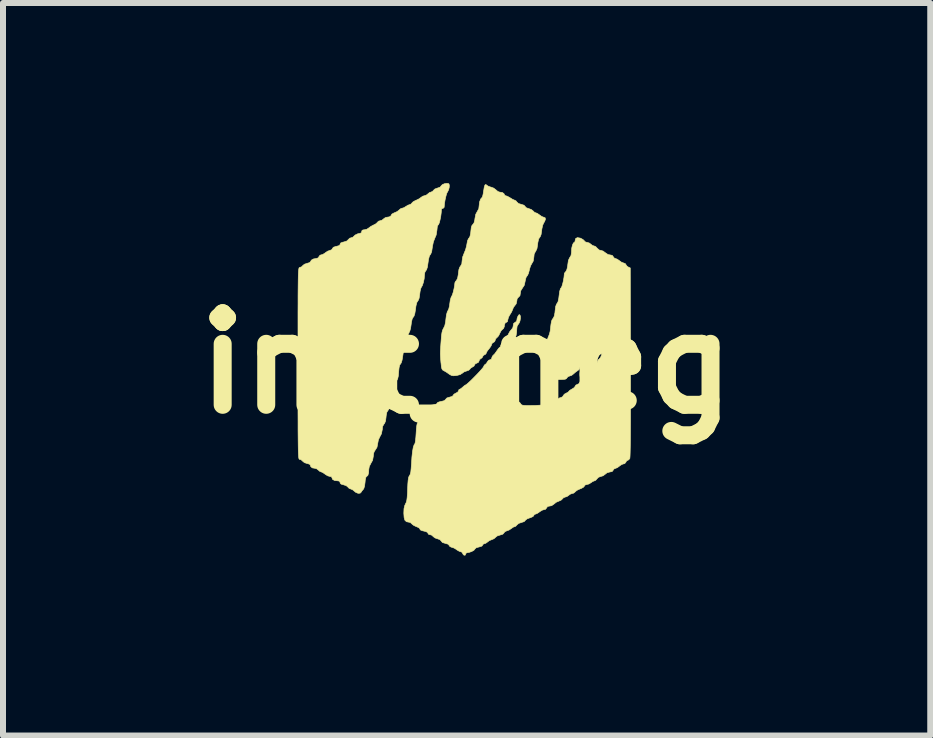
<source format=kicad_pcb>
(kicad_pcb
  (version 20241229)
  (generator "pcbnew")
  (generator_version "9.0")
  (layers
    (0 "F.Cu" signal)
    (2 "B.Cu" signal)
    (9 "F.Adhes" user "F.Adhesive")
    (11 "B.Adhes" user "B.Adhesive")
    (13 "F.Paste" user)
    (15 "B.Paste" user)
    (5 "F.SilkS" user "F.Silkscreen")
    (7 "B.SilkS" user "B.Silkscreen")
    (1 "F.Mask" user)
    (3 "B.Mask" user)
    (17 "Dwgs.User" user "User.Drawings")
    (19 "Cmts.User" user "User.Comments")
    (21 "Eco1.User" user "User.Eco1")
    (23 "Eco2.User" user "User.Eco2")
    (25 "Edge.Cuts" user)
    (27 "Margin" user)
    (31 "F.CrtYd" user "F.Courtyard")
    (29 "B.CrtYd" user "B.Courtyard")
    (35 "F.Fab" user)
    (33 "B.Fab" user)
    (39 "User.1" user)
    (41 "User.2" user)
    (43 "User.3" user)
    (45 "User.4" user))
  (footprint "imt_neg"
    (layer "F.Cu")
    (at 4.724 3.005)
    (property "Reference" "imt_neg" (at 0 0 0) (layer "F.SilkS") (effects (font (size 1.524 1.524) (thickness 0.3))))
    (attr through_hole)
    (fp_poly (pts (xy 0.335 -2.97) (xy 0.36 -2.953) (xy 0.399 -2.939) (xy 0.405 -2.938) (xy 0.451 -2.921) (xy 0.489 -2.892) (xy 0.49 -2.891) (xy 0.521 -2.865) (xy 0.551 -2.854) (xy 0.552 -2.854) (xy 0.597 -2.847) (xy 0.623 -2.828) (xy 0.628 -2.815) (xy 0.64 -2.797) (xy 0.651 -2.794) (xy 0.677 -2.786) (xy 0.714 -2.766) (xy 0.729 -2.757) (xy 0.766 -2.734) (xy 0.796 -2.721) (xy 0.802 -2.719) (xy 0.823 -2.708) (xy 0.837 -2.69) (xy 0.865 -2.664) (xy 0.911 -2.65) (xy 0.956 -2.636) (xy 0.975 -2.615) (xy 0.995 -2.593) (xy 1.037 -2.579) (xy 1.078 -2.564) (xy 1.107 -2.542) (xy 1.11 -2.539) (xy 1.133 -2.516) (xy 1.15 -2.51) (xy 1.176 -2.501) (xy 1.21 -2.478) (xy 1.216 -2.473) (xy 1.252 -2.448) (xy 1.283 -2.436) (xy 1.287 -2.435) (xy 1.31 -2.425) (xy 1.313 -2.398) (xy 1.298 -2.36) (xy 1.287 -2.344) (xy 1.268 -2.303) (xy 1.254 -2.24) (xy 1.251 -2.214) (xy 1.241 -2.147) (xy 1.225 -2.108) (xy 1.218 -2.101) (xy 1.2 -2.072) (xy 1.187 -2.013) (xy 1.184 -1.988) (xy 1.173 -1.915) (xy 1.153 -1.871) (xy 1.148 -1.865) (xy 1.126 -1.822) (xy 1.121 -1.773) (xy 1.11 -1.704) (xy 1.088 -1.666) (xy 1.066 -1.626) (xy 1.049 -1.573) (xy 1.044 -1.55) (xy 1.032 -1.504) (xy 1.016 -1.468) (xy 1.008 -1.458) (xy 0.99 -1.431) (xy 0.978 -1.383) (xy 0.975 -1.366) (xy 0.961 -1.302) (xy 0.932 -1.258) (xy 0.932 -1.258) (xy 0.902 -1.21) (xy 0.896 -1.173) (xy 0.889 -1.128) (xy 0.867 -1.106) (xy 0.842 -1.078) (xy 0.837 -1.041) (xy 0.826 -0.993) (xy 0.807 -0.968) (xy 0.781 -0.934) (xy 0.768 -0.901) (xy 0.751 -0.86) (xy 0.725 -0.817) (xy 0.722 -0.813) (xy 0.699 -0.772) (xy 0.688 -0.732) (xy 0.687 -0.727) (xy 0.68 -0.696) (xy 0.666 -0.687) (xy 0.643 -0.674) (xy 0.63 -0.638) (xy 0.628 -0.612) (xy 0.616 -0.583) (xy 0.599 -0.568) (xy 0.575 -0.544) (xy 0.555 -0.506) (xy 0.553 -0.501) (xy 0.534 -0.461) (xy 0.51 -0.434) (xy 0.507 -0.433) (xy 0.483 -0.408) (xy 0.478 -0.389) (xy 0.466 -0.362) (xy 0.448 -0.351) (xy 0.424 -0.334) (xy 0.418 -0.318) (xy 0.409 -0.294) (xy 0.386 -0.259) (xy 0.374 -0.244) (xy 0.346 -0.209) (xy 0.33 -0.181) (xy 0.329 -0.173) (xy 0.316 -0.153) (xy 0.299 -0.145) (xy 0.275 -0.129) (xy 0.269 -0.114) (xy 0.256 -0.092) (xy 0.239 -0.082) (xy 0.215 -0.062) (xy 0.209 -0.044) (xy 0.196 -0.017) (xy 0.172 -0.006) (xy 0.144 0.008) (xy 0.134 0.024) (xy 0.122 0.045) (xy 0.099 0.059) (xy 0.069 0.078) (xy 0.055 0.095) (xy 0.036 0.113) (xy 0.001 0.126) (xy -0.003 0.127) (xy -0.044 0.142) (xy -0.074 0.165) (xy -0.075 0.165) (xy -0.107 0.186) (xy -0.16 0.2) (xy -0.172 0.202) (xy -0.221 0.206) (xy -0.255 0.199) (xy -0.29 0.179) (xy -0.299 0.172) (xy -0.339 0.144) (xy -0.376 0.123) (xy -0.383 0.119) (xy -0.4 0.109) (xy -0.412 0.089) (xy -0.42 0.053) (xy -0.426 -0.006) (xy -0.427 -0.01) (xy -0.432 -0.069) (xy -0.435 -0.115) (xy -0.437 -0.157) (xy -0.436 -0.202) (xy -0.433 -0.258) (xy -0.428 -0.334) (xy -0.425 -0.374) (xy -0.419 -0.455) (xy -0.411 -0.512) (xy -0.401 -0.552) (xy -0.388 -0.58) (xy -0.384 -0.586) (xy -0.363 -0.63) (xy -0.349 -0.697) (xy -0.345 -0.738) (xy -0.336 -0.808) (xy -0.322 -0.858) (xy -0.312 -0.877) (xy -0.297 -0.908) (xy -0.285 -0.959) (xy -0.28 -0.998) (xy -0.272 -1.054) (xy -0.259 -1.099) (xy -0.249 -1.118) (xy -0.237 -1.143) (xy -0.223 -1.187) (xy -0.21 -1.242) (xy -0.2 -1.296) (xy -0.195 -1.342) (xy -0.194 -1.347) (xy -0.185 -1.365) (xy -0.169 -1.383) (xy -0.15 -1.419) (xy -0.139 -1.48) (xy -0.137 -1.5) (xy -0.128 -1.565) (xy -0.112 -1.607) (xy -0.103 -1.618) (xy -0.08 -1.658) (xy -0.075 -1.709) (xy -0.065 -1.775) (xy -0.04 -1.839) (xy -0.017 -1.895) (xy 0.000188 -1.959) (xy 0.005 -1.987) (xy 0.015 -2.042) (xy 0.031 -2.079) (xy 0.039 -2.087) (xy 0.056 -2.115) (xy 0.068 -2.17) (xy 0.071 -2.204) (xy 0.078 -2.264) (xy 0.09 -2.3) (xy 0.105 -2.316) (xy 0.123 -2.34) (xy 0.136 -2.389) (xy 0.139 -2.414) (xy 0.153 -2.486) (xy 0.178 -2.532) (xy 0.203 -2.577) (xy 0.209 -2.628) (xy 0.216 -2.69) (xy 0.235 -2.74) (xy 0.258 -2.766) (xy 0.267 -2.785) (xy 0.276 -2.824) (xy 0.282 -2.863) (xy 0.293 -2.931) (xy 0.305 -2.971) (xy 0.32 -2.982) (xy 0.335 -2.97)) (stroke (width 0.01) (type solid)) (fill yes) (layer "F.SilkS"))
    (fp_poly (pts (xy -0.298 -2.995) (xy -0.297 -2.995) (xy -0.288 -2.973) (xy -0.289 -2.936) (xy -0.299 -2.895) (xy -0.316 -2.86) (xy -0.32 -2.855) (xy -0.332 -2.83) (xy -0.345 -2.784) (xy -0.358 -2.727) (xy -0.368 -2.667) (xy -0.373 -2.615) (xy -0.373 -2.603) (xy -0.386 -2.587) (xy -0.396 -2.585) (xy -0.416 -2.575) (xy -0.419 -2.566) (xy -0.423 -2.509) (xy -0.431 -2.447) (xy -0.443 -2.389) (xy -0.455 -2.342) (xy -0.467 -2.315) (xy -0.471 -2.312) (xy -0.487 -2.287) (xy -0.493 -2.234) (xy -0.493 -2.228) (xy -0.507 -2.139) (xy -0.528 -2.09) (xy -0.553 -2.026) (xy -0.569 -1.949) (xy -0.572 -1.928) (xy -0.582 -1.861) (xy -0.598 -1.821) (xy -0.605 -1.814) (xy -0.621 -1.786) (xy -0.635 -1.73) (xy -0.642 -1.68) (xy -0.653 -1.605) (xy -0.668 -1.559) (xy -0.679 -1.546) (xy -0.696 -1.516) (xy -0.702 -1.47) (xy -0.707 -1.409) (xy -0.721 -1.346) (xy -0.739 -1.294) (xy -0.754 -1.27) (xy -0.765 -1.244) (xy -0.775 -1.199) (xy -0.781 -1.153) (xy -0.791 -1.086) (xy -0.807 -1.048) (xy -0.813 -1.041) (xy -0.83 -1.013) (xy -0.844 -0.956) (xy -0.85 -0.907) (xy -0.862 -0.833) (xy -0.876 -0.788) (xy -0.888 -0.772) (xy -0.906 -0.743) (xy -0.919 -0.686) (xy -0.924 -0.647) (xy -0.933 -0.587) (xy -0.946 -0.539) (xy -0.959 -0.512) (xy -0.973 -0.482) (xy -0.985 -0.431) (xy -0.991 -0.383) (xy -1.001 -0.313) (xy -1.016 -0.271) (xy -1.024 -0.263) (xy -1.041 -0.235) (xy -1.055 -0.179) (xy -1.063 -0.128) (xy -1.075 -0.054) (xy -1.09 -0.007) (xy -1.101 0.008) (xy -1.115 0.029) (xy -1.125 0.072) (xy -1.132 0.14) (xy -1.132 0.143) (xy -1.138 0.211) (xy -1.148 0.255) (xy -1.162 0.282) (xy -1.167 0.288) (xy -1.188 0.322) (xy -1.195 0.375) (xy -1.195 0.387) (xy -1.199 0.44) (xy -1.208 0.491) (xy -1.221 0.531) (xy -1.235 0.552) (xy -1.239 0.553) (xy -1.247 0.566) (xy -1.257 0.602) (xy -1.267 0.653) (xy -1.268 0.66) (xy -1.282 0.724) (xy -1.298 0.768) (xy -1.311 0.785) (xy -1.329 0.814) (xy -1.34 0.872) (xy -1.342 0.894) (xy -1.35 0.958) (xy -1.366 0.998) (xy -1.376 1.01) (xy -1.399 1.049) (xy -1.404 1.098) (xy -1.419 1.173) (xy -1.442 1.216) (xy -1.469 1.272) (xy -1.479 1.324) (xy -1.493 1.398) (xy -1.532 1.459) (xy -1.534 1.461) (xy -1.546 1.488) (xy -1.553 1.531) (xy -1.554 1.545) (xy -1.566 1.614) (xy -1.591 1.658) (xy -1.621 1.717) (xy -1.629 1.762) (xy -1.633 1.824) (xy -1.645 1.866) (xy -1.664 1.882) (xy -1.666 1.883) (xy -1.678 1.897) (xy -1.688 1.941) (xy -1.692 1.983) (xy -1.7 2.043) (xy -1.712 2.084) (xy -1.721 2.098) (xy -1.745 2.126) (xy -1.752 2.14) (xy -1.774 2.162) (xy -1.808 2.164) (xy -1.847 2.148) (xy -1.87 2.129) (xy -1.901 2.104) (xy -1.93 2.092) (xy -1.931 2.092) (xy -1.959 2.08) (xy -1.976 2.062) (xy -2.005 2.037) (xy -2.051 2.022) (xy -2.09 2.011) (xy -2.106 1.994) (xy -2.107 1.985) (xy -2.118 1.962) (xy -2.14 1.957) (xy -2.198 1.951) (xy -2.232 1.933) (xy -2.241 1.911) (xy -2.251 1.888) (xy -2.277 1.883) (xy -2.313 1.873) (xy -2.352 1.85) (xy -2.358 1.845) (xy -2.392 1.821) (xy -2.419 1.808) (xy -2.423 1.808) (xy -2.448 1.797) (xy -2.469 1.778) (xy -2.499 1.755) (xy -2.524 1.748) (xy -2.571 1.74) (xy -2.597 1.718) (xy -2.6 1.704) (xy -2.61 1.683) (xy -2.644 1.67) (xy -2.656 1.668) (xy -2.702 1.653) (xy -2.731 1.629) (xy -2.757 1.605) (xy -2.779 1.599) (xy -2.784 1.598) (xy -2.788 1.596) (xy -2.792 1.59) (xy -2.795 1.579) (xy -2.798 1.561) (xy -2.8 1.534) (xy -2.802 1.498) (xy -2.804 1.449) (xy -2.805 1.387) (xy -2.806 1.309) (xy -2.807 1.215) (xy -2.808 1.102) (xy -2.808 0.968) (xy -2.809 0.813) (xy -2.809 0.635) (xy -2.809 0.43) (xy -2.809 0.2) (xy -2.809 0) (xy -2.809 -0.253) (xy -2.809 -0.478) (xy -2.809 -0.676) (xy -2.809 -0.85) (xy -2.808 -1) (xy -2.808 -1.128) (xy -2.807 -1.237) (xy -2.806 -1.328) (xy -2.805 -1.402) (xy -2.804 -1.461) (xy -2.802 -1.507) (xy -2.8 -1.541) (xy -2.797 -1.566) (xy -2.794 -1.582) (xy -2.791 -1.592) (xy -2.787 -1.597) (xy -2.783 -1.599) (xy -2.779 -1.599) (xy -2.748 -1.61) (xy -2.731 -1.629) (xy -2.701 -1.653) (xy -2.656 -1.668) (xy -2.618 -1.679) (xy -2.6 -1.694) (xy -2.6 -1.697) (xy -2.586 -1.721) (xy -2.553 -1.74) (xy -2.509 -1.748) (xy -2.505 -1.748) (xy -2.472 -1.759) (xy -2.461 -1.778) (xy -2.442 -1.803) (xy -2.424 -1.808) (xy -2.394 -1.817) (xy -2.358 -1.84) (xy -2.352 -1.845) (xy -2.315 -1.87) (xy -2.281 -1.882) (xy -2.277 -1.883) (xy -2.246 -1.895) (xy -2.237 -1.912) (xy -2.22 -1.935) (xy -2.179 -1.949) (xy -2.168 -1.951) (xy -2.126 -1.962) (xy -2.108 -1.979) (xy -2.107 -1.987) (xy -2.097 -2.007) (xy -2.063 -2.02) (xy -2.047 -2.023) (xy -1.998 -2.038) (xy -1.972 -2.062) (xy -1.948 -2.086) (xy -1.928 -2.092) (xy -1.898 -2.101) (xy -1.887 -2.11) (xy -1.857 -2.139) (xy -1.813 -2.16) (xy -1.778 -2.166) (xy -1.753 -2.177) (xy -1.748 -2.196) (xy -1.741 -2.218) (xy -1.714 -2.226) (xy -1.704 -2.226) (xy -1.662 -2.236) (xy -1.633 -2.255) (xy -1.601 -2.279) (xy -1.558 -2.303) (xy -1.55 -2.306) (xy -1.512 -2.326) (xy -1.488 -2.348) (xy -1.485 -2.353) (xy -1.464 -2.371) (xy -1.444 -2.376) (xy -1.409 -2.387) (xy -1.386 -2.406) (xy -1.356 -2.428) (xy -1.331 -2.435) (xy -1.286 -2.442) (xy -1.259 -2.46) (xy -1.255 -2.473) (xy -1.242 -2.49) (xy -1.21 -2.507) (xy -1.199 -2.511) (xy -1.157 -2.53) (xy -1.127 -2.553) (xy -1.123 -2.557) (xy -1.097 -2.579) (xy -1.077 -2.585) (xy -1.046 -2.594) (xy -1.012 -2.615) (xy -0.978 -2.636) (xy -0.951 -2.645) (xy -0.951 -2.645) (xy -0.925 -2.656) (xy -0.913 -2.671) (xy -0.891 -2.693) (xy -0.853 -2.714) (xy -0.844 -2.717) (xy -0.8 -2.738) (xy -0.764 -2.762) (xy -0.76 -2.766) (xy -0.728 -2.787) (xy -0.702 -2.794) (xy -0.67 -2.805) (xy -0.646 -2.824) (xy -0.618 -2.847) (xy -0.595 -2.854) (xy -0.567 -2.866) (xy -0.553 -2.883) (xy -0.528 -2.906) (xy -0.486 -2.922) (xy -0.483 -2.922) (xy -0.441 -2.937) (xy -0.423 -2.959) (xy -0.404 -2.979) (xy -0.369 -2.994) (xy -0.329 -3) (xy -0.298 -2.995)) (stroke (width 0.01) (type solid)) (fill yes) (layer "F.SilkS"))
    (fp_poly (pts (xy 1.893 -2.088) (xy 1.901 -2.085) (xy 1.938 -2.065) (xy 1.961 -2.044) (xy 1.962 -2.04) (xy 1.983 -2.022) (xy 2.007 -2.017) (xy 2.044 -2.006) (xy 2.069 -1.987) (xy 2.099 -1.964) (xy 2.124 -1.957) (xy 2.151 -1.946) (xy 2.175 -1.92) (xy 2.21 -1.889) (xy 2.237 -1.883) (xy 2.274 -1.872) (xy 2.31 -1.845) (xy 2.356 -1.814) (xy 2.389 -1.808) (xy 2.427 -1.8) (xy 2.443 -1.778) (xy 2.462 -1.754) (xy 2.479 -1.748) (xy 2.507 -1.738) (xy 2.542 -1.715) (xy 2.546 -1.711) (xy 2.581 -1.686) (xy 2.614 -1.674) (xy 2.617 -1.673) (xy 2.645 -1.662) (xy 2.654 -1.647) (xy 2.673 -1.62) (xy 2.694 -1.606) (xy 2.727 -1.591) (xy 2.731 -0.018) (xy 2.731 0.271) (xy 2.731 0.531) (xy 2.731 0.761) (xy 2.731 0.963) (xy 2.73 1.135) (xy 2.729 1.279) (xy 2.727 1.395) (xy 2.725 1.484) (xy 2.723 1.544) (xy 2.72 1.578) (xy 2.719 1.585) (xy 2.698 1.608) (xy 2.683 1.614) (xy 2.664 1.626) (xy 2.655 1.644) (xy 2.635 1.669) (xy 2.617 1.673) (xy 2.586 1.683) (xy 2.55 1.707) (xy 2.546 1.711) (xy 2.512 1.736) (xy 2.482 1.748) (xy 2.479 1.748) (xy 2.453 1.761) (xy 2.443 1.778) (xy 2.424 1.802) (xy 2.389 1.808) (xy 2.339 1.822) (xy 2.31 1.845) (xy 2.274 1.872) (xy 2.237 1.883) (xy 2.197 1.897) (xy 2.175 1.92) (xy 2.151 1.947) (xy 2.128 1.957) (xy 2.101 1.967) (xy 2.073 1.987) (xy 2.037 2.009) (xy 2.005 2.017) (xy 1.973 2.027) (xy 1.963 2.044) (xy 1.944 2.065) (xy 1.906 2.085) (xy 1.894 2.089) (xy 1.85 2.108) (xy 1.817 2.131) (xy 1.811 2.138) (xy 1.784 2.161) (xy 1.762 2.166) (xy 1.73 2.177) (xy 1.703 2.196) (xy 1.671 2.219) (xy 1.644 2.226) (xy 1.614 2.238) (xy 1.599 2.255) (xy 1.574 2.278) (xy 1.538 2.294) (xy 1.493 2.313) (xy 1.46 2.34) (xy 1.417 2.37) (xy 1.385 2.376) (xy 1.349 2.383) (xy 1.334 2.406) (xy 1.314 2.431) (xy 1.293 2.435) (xy 1.26 2.445) (xy 1.222 2.468) (xy 1.216 2.473) (xy 1.181 2.497) (xy 1.151 2.51) (xy 1.147 2.51) (xy 1.125 2.521) (xy 1.121 2.533) (xy 1.106 2.551) (xy 1.067 2.569) (xy 1.053 2.573) (xy 1.01 2.589) (xy 0.983 2.609) (xy 0.978 2.616) (xy 0.958 2.636) (xy 0.917 2.649) (xy 0.915 2.65) (xy 0.869 2.665) (xy 0.84 2.689) (xy 0.818 2.713) (xy 0.802 2.719) (xy 0.777 2.728) (xy 0.746 2.75) (xy 0.707 2.776) (xy 0.67 2.789) (xy 0.638 2.804) (xy 0.623 2.823) (xy 0.603 2.845) (xy 0.559 2.859) (xy 0.513 2.873) (xy 0.484 2.895) (xy 0.483 2.897) (xy 0.455 2.921) (xy 0.421 2.935) (xy 0.379 2.952) (xy 0.35 2.974) (xy 0.32 2.996) (xy 0.297 3.003) (xy 0.274 3.013) (xy 0.269 3.025) (xy 0.254 3.044) (xy 0.212 3.057) (xy 0.207 3.058) (xy 0.161 3.071) (xy 0.139 3.091) (xy 0.139 3.092) (xy 0.121 3.114) (xy 0.084 3.134) (xy 0.04 3.149) (xy 0.01 3.153) (xy -0.011 3.163) (xy -0.015 3.175) (xy -0.024 3.195) (xy -0.043 3.195) (xy -0.06 3.178) (xy -0.064 3.168) (xy -0.081 3.143) (xy -0.097 3.138) (xy -0.124 3.129) (xy -0.16 3.108) (xy -0.17 3.1) (xy -0.209 3.076) (xy -0.244 3.064) (xy -0.25 3.063) (xy -0.278 3.051) (xy -0.288 3.035) (xy -0.308 3.012) (xy -0.355 2.998) (xy -0.402 2.984) (xy -0.422 2.961) (xy -0.422 2.96) (xy -0.444 2.936) (xy -0.484 2.922) (xy -0.525 2.908) (xy -0.555 2.886) (xy -0.557 2.883) (xy -0.585 2.859) (xy -0.609 2.854) (xy -0.636 2.845) (xy -0.642 2.832) (xy -0.655 2.813) (xy -0.684 2.8) (xy -0.735 2.788) (xy -0.763 2.778) (xy -0.775 2.768) (xy -0.777 2.758) (xy -0.79 2.742) (xy -0.822 2.725) (xy -0.838 2.719) (xy -0.879 2.7) (xy -0.908 2.678) (xy -0.913 2.672) (xy -0.938 2.65) (xy -0.963 2.645) (xy -1.002 2.637) (xy -1.028 2.613) (xy -1.041 2.567) (xy -1.046 2.497) (xy -1.046 2.492) (xy -1.043 2.42) (xy -1.031 2.369) (xy -1.018 2.34) (xy -1.005 2.314) (xy -0.996 2.279) (xy -0.99 2.231) (xy -0.985 2.162) (xy -0.983 2.096) (xy -0.979 2.009) (xy -0.974 1.948) (xy -0.968 1.907) (xy -0.959 1.881) (xy -0.952 1.871) (xy -0.94 1.849) (xy -0.93 1.811) (xy -0.924 1.752) (xy -0.918 1.673) (xy -0.911 1.56) (xy -0.901 1.469) (xy -0.889 1.4) (xy -0.875 1.357) (xy -0.865 1.344) (xy -0.858 1.326) (xy -0.851 1.285) (xy -0.845 1.226) (xy -0.841 1.166) (xy -0.836 1.089) (xy -0.83 1.036) (xy -0.823 1.002) (xy -0.812 0.981) (xy -0.804 0.973) (xy -0.786 0.946) (xy -0.778 0.902) (xy -0.777 0.872) (xy -0.775 0.809) (xy -0.767 0.765) (xy -0.748 0.735) (xy -0.713 0.717) (xy -0.658 0.705) (xy -0.579 0.695) (xy -0.523 0.685) (xy -0.496 0.672) (xy -0.493 0.665) (xy -0.479 0.649) (xy -0.439 0.636) (xy -0.424 0.634) (xy -0.374 0.621) (xy -0.35 0.602) (xy -0.348 0.597) (xy -0.327 0.575) (xy -0.283 0.562) (xy -0.242 0.55) (xy -0.224 0.534) (xy -0.224 0.532) (xy -0.211 0.513) (xy -0.181 0.496) (xy -0.179 0.495) (xy -0.148 0.478) (xy -0.134 0.457) (xy -0.134 0.456) (xy -0.127 0.436) (xy -0.12 0.433) (xy -0.101 0.424) (xy -0.071 0.401) (xy -0.066 0.396) (xy -0.037 0.371) (xy -0.018 0.359) (xy -0.016 0.359) (xy 0.000498 0.348) (xy 0.032 0.321) (xy 0.075 0.281) (xy 0.123 0.233) (xy 0.172 0.183) (xy 0.217 0.135) (xy 0.254 0.093) (xy 0.278 0.064) (xy 0.284 0.052) (xy 0.296 0.027) (xy 0.307 0.02) (xy 0.331 -0.00023) (xy 0.344 -0.024) (xy 0.367 -0.053) (xy 0.388 -0.06) (xy 0.413 -0.07) (xy 0.418 -0.089) (xy 0.43 -0.121) (xy 0.445 -0.137) (xy 0.47 -0.162) (xy 0.498 -0.201) (xy 0.506 -0.213) (xy 0.53 -0.247) (xy 0.549 -0.267) (xy 0.554 -0.269) (xy 0.565 -0.282) (xy 0.568 -0.3) (xy 0.581 -0.33) (xy 0.598 -0.339) (xy 0.623 -0.359) (xy 0.628 -0.381) (xy 0.637 -0.412) (xy 0.651 -0.424) (xy 0.671 -0.443) (xy 0.692 -0.478) (xy 0.697 -0.489) (xy 0.719 -0.53) (xy 0.744 -0.561) (xy 0.749 -0.565) (xy 0.771 -0.597) (xy 0.777 -0.63) (xy 0.784 -0.667) (xy 0.807 -0.683) (xy 0.831 -0.701) (xy 0.837 -0.718) (xy 0.842 -0.752) (xy 0.855 -0.785) (xy 0.871 -0.809) (xy 0.884 -0.813) (xy 0.896 -0.79) (xy 0.897 -0.752) (xy 0.89 -0.709) (xy 0.876 -0.673) (xy 0.867 -0.661) (xy 0.842 -0.621) (xy 0.837 -0.583) (xy 0.833 -0.519) (xy 0.825 -0.466) (xy 0.813 -0.43) (xy 0.799 -0.418) (xy 0.784 -0.405) (xy 0.771 -0.368) (xy 0.763 -0.317) (xy 0.762 -0.281) (xy 0.755 -0.243) (xy 0.737 -0.193) (xy 0.725 -0.168) (xy 0.696 -0.097) (xy 0.687 -0.019) (xy 0.687 -0.013) (xy 0.683 0.049) (xy 0.668 0.093) (xy 0.657 0.109) (xy 0.642 0.133) (xy 0.633 0.165) (xy 0.629 0.211) (xy 0.628 0.276) (xy 0.628 0.339) (xy 0.631 0.379) (xy 0.637 0.401) (xy 0.648 0.411) (xy 0.657 0.414) (xy 0.681 0.431) (xy 0.687 0.465) (xy 0.696 0.502) (xy 0.718 0.539) (xy 0.745 0.563) (xy 0.76 0.568) (xy 0.774 0.58) (xy 0.781 0.596) (xy 0.802 0.62) (xy 0.842 0.634) (xy 0.88 0.646) (xy 0.896 0.664) (xy 0.896 0.665) (xy 0.909 0.685) (xy 0.932 0.696) (xy 0.965 0.7) (xy 1.016 0.702) (xy 1.08 0.701) (xy 1.149 0.7) (xy 1.216 0.696) (xy 1.275 0.692) (xy 1.319 0.687) (xy 1.341 0.681) (xy 1.342 0.68) (xy 1.373 0.653) (xy 1.418 0.634) (xy 1.454 0.628) (xy 1.491 0.617) (xy 1.517 0.598) (xy 1.547 0.575) (xy 1.573 0.568) (xy 1.6 0.555) (xy 1.609 0.539) (xy 1.628 0.513) (xy 1.66 0.495) (xy 1.69 0.48) (xy 1.703 0.466) (xy 1.703 0.466) (xy 1.716 0.451) (xy 1.746 0.432) (xy 1.756 0.427) (xy 1.789 0.406) (xy 1.807 0.385) (xy 1.808 0.381) (xy 1.821 0.361) (xy 1.845 0.35) (xy 1.873 0.336) (xy 1.883 0.32) (xy 1.894 0.298) (xy 1.92 0.275) (xy 1.947 0.251) (xy 1.957 0.231) (xy 1.97 0.211) (xy 1.986 0.202) (xy 2.011 0.183) (xy 2.032 0.149) (xy 2.032 0.148) (xy 2.054 0.112) (xy 2.079 0.089) (xy 2.102 0.064) (xy 2.107 0.045) (xy 2.12 0.017) (xy 2.144 0.006) (xy 2.174 -0.012) (xy 2.181 -0.031) (xy 2.193 -0.06) (xy 2.21 -0.074) (xy 2.231 -0.098) (xy 2.247 -0.137) (xy 2.248 -0.143) (xy 2.264 -0.188) (xy 2.287 -0.205) (xy 2.311 -0.225) (xy 2.315 -0.268) (xy 2.306 -0.31) (xy 2.291 -0.334) (xy 2.267 -0.344) (xy 2.247 -0.337) (xy 2.241 -0.32) (xy 2.229 -0.297) (xy 2.211 -0.288) (xy 2.184 -0.269) (xy 2.172 -0.245) (xy 2.154 -0.216) (xy 2.135 -0.209) (xy 2.111 -0.199) (xy 2.107 -0.185) (xy 2.097 -0.161) (xy 2.074 -0.125) (xy 2.054 -0.101) (xy 2.025 -0.064) (xy 2.006 -0.037) (xy 2.002 -0.027) (xy 1.99 -0.016) (xy 1.982 -0.015) (xy 1.962 -0.003) (xy 1.945 0.022) (xy 1.925 0.05) (xy 1.905 0.06) (xy 1.885 0.071) (xy 1.883 0.082) (xy 1.871 0.105) (xy 1.849 0.121) (xy 1.814 0.146) (xy 1.782 0.174) (xy 1.75 0.199) (xy 1.719 0.209) (xy 1.689 0.221) (xy 1.673 0.239) (xy 1.662 0.254) (xy 1.643 0.263) (xy 1.61 0.267) (xy 1.557 0.269) (xy 1.53 0.269) (xy 1.467 0.268) (xy 1.428 0.265) (xy 1.407 0.259) (xy 1.397 0.248) (xy 1.394 0.239) (xy 1.376 0.215) (xy 1.358 0.209) (xy 1.334 0.198) (xy 1.33 0.183) (xy 1.319 0.153) (xy 1.3 0.13) (xy 1.279 0.095) (xy 1.27 0.041) (xy 1.273 -0.022) (xy 1.288 -0.086) (xy 1.298 -0.111) (xy 1.316 -0.166) (xy 1.329 -0.24) (xy 1.334 -0.293) (xy 1.342 -0.365) (xy 1.353 -0.421) (xy 1.365 -0.45) (xy 1.379 -0.485) (xy 1.392 -0.536) (xy 1.397 -0.576) (xy 1.405 -0.646) (xy 1.413 -0.693) (xy 1.422 -0.723) (xy 1.435 -0.744) (xy 1.444 -0.754) (xy 1.46 -0.787) (xy 1.472 -0.846) (xy 1.475 -0.879) (xy 1.484 -0.949) (xy 1.499 -0.99) (xy 1.506 -0.997) (xy 1.523 -1.027) (xy 1.536 -1.086) (xy 1.541 -1.129) (xy 1.551 -1.203) (xy 1.565 -1.248) (xy 1.575 -1.26) (xy 1.587 -1.281) (xy 1.6 -1.324) (xy 1.613 -1.378) (xy 1.623 -1.437) (xy 1.628 -1.49) (xy 1.628 -1.497) (xy 1.638 -1.514) (xy 1.654 -1.532) (xy 1.672 -1.568) (xy 1.684 -1.627) (xy 1.686 -1.647) (xy 1.696 -1.716) (xy 1.715 -1.759) (xy 1.72 -1.765) (xy 1.74 -1.799) (xy 1.748 -1.853) (xy 1.748 -1.867) (xy 1.752 -1.923) (xy 1.764 -1.972) (xy 1.779 -2.006) (xy 1.795 -2.017) (xy 1.806 -2.03) (xy 1.808 -2.045) (xy 1.818 -2.082) (xy 1.847 -2.096) (xy 1.893 -2.088)) (stroke (width 0.01) (type solid)) (fill yes) (layer "F.SilkS")))
  (gr_rect
    (start -3 -3)
    (end 12.449 9.205)
    (stroke (width 0.1) (type default))
    (fill no)
    (layer "Edge.Cuts")))
</source>
